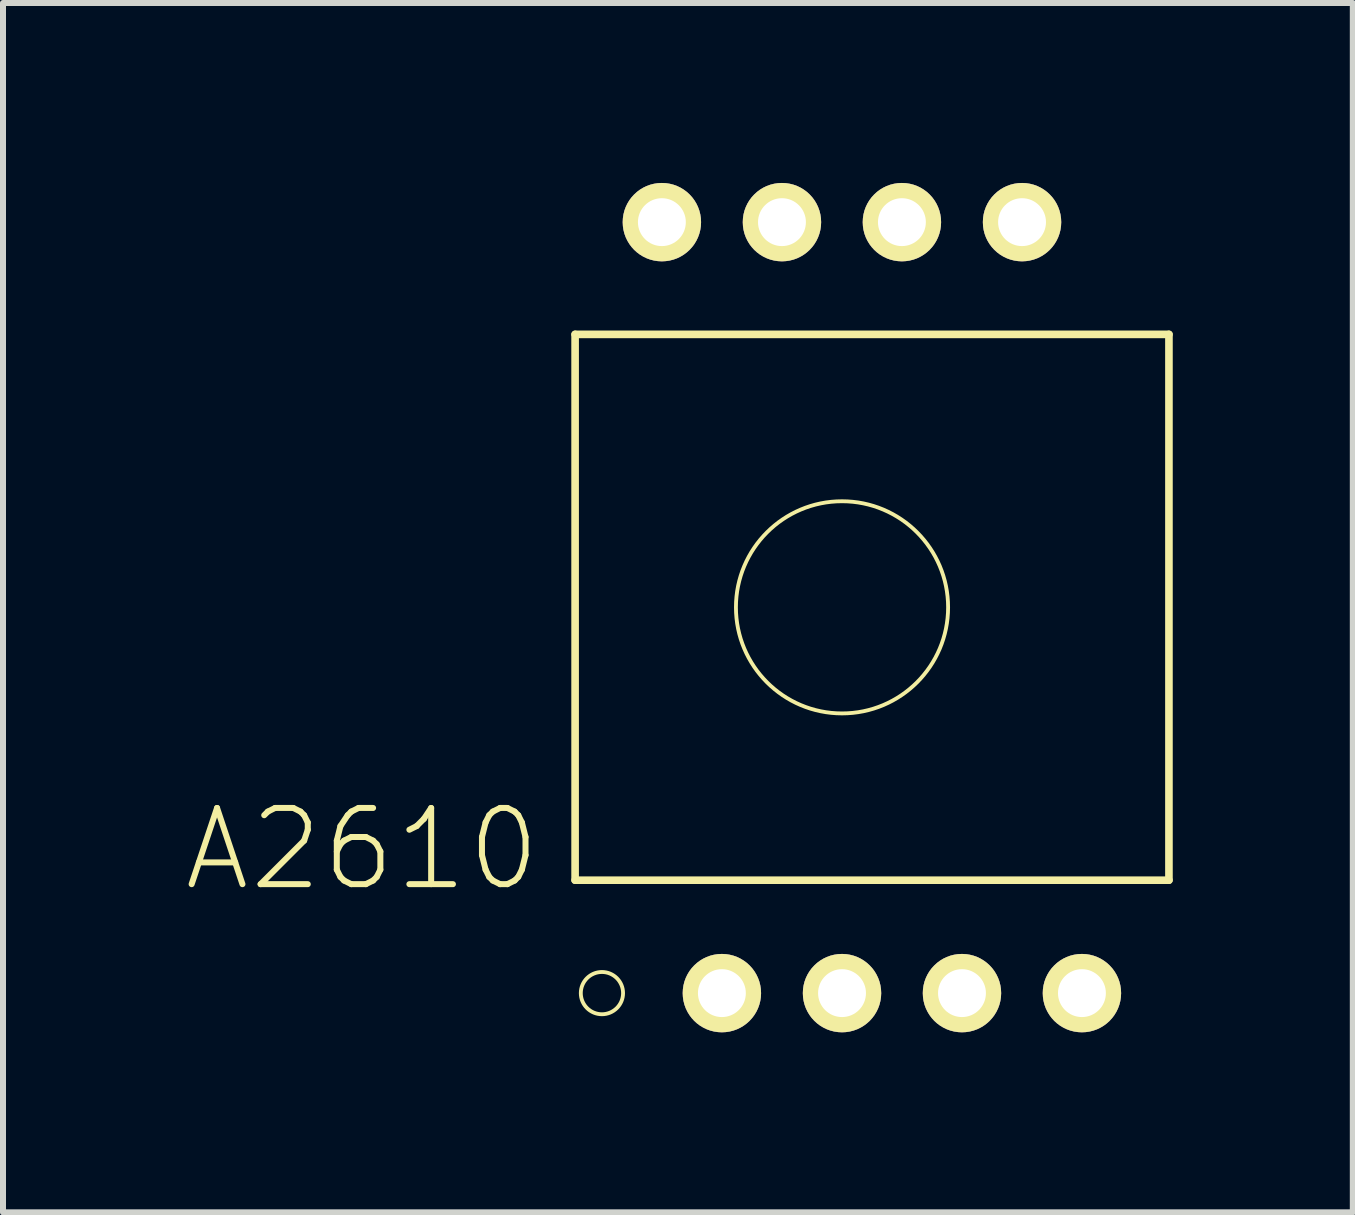
<source format=kicad_pcb>
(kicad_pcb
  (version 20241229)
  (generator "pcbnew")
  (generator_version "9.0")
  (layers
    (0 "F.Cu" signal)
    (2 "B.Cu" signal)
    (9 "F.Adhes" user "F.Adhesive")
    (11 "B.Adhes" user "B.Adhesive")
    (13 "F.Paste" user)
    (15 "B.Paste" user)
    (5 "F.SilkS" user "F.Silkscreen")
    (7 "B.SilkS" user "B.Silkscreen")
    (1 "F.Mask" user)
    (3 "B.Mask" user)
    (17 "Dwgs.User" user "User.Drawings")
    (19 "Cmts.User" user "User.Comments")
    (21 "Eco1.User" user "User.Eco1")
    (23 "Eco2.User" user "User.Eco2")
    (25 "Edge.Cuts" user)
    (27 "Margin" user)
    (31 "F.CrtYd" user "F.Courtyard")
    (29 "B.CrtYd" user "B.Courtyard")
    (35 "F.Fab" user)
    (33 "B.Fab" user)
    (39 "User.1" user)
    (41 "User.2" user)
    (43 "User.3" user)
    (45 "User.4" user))
  (footprint "A2610"
    (layer "F.Cu")
    (at 6.542 11.61)
    (property "Reference" "A2610" (at -3.556 -0.508 0) (layer "F.SilkS") (effects (font (size 1.27 1.27) (thickness 0.1))))
    (attr exclude_from_pos_files exclude_from_bom)
    (fp_line (start -0.008 -9.088) (end 9.888 -9.088) (stroke (width 0.127) (type solid)) (layer "F.SilkS"))
    (fp_line (start -0.008 0.008) (end -0.008 -9.088) (stroke (width 0.127) (type solid)) (layer "F.SilkS"))
    (fp_line (start 9.888 -9.088) (end 9.888 0.008) (stroke (width 0.127) (type solid)) (layer "F.SilkS"))
    (fp_line (start 9.888 0.008) (end -0.008 0.008) (stroke (width 0.127) (type solid)) (layer "F.SilkS"))
    (fp_circle (center 0.439 1.89) (end 0.688 2.139) (stroke (width 0.064) (type solid)) (fill no) (layer "F.SilkS"))
    (fp_circle (center 4.44 -4.539) (end 5.69 -5.789) (stroke (width 0.064) (type solid)) (fill no) (layer "F.SilkS"))
    (pad "1" thru_hole circle (at 2.438 1.89) (size 1.306 1.306) (drill 0.798) (layers "*.Cu" "F.Mask" "F.SilkS" "F.Paste"))
    (pad "2" thru_hole circle (at 4.44 1.89) (size 1.306 1.306) (drill 0.798) (layers "*.Cu" "F.Mask" "F.SilkS" "F.Paste"))
    (pad "3" thru_hole circle (at 6.439 1.89) (size 1.306 1.306) (drill 0.798) (layers "*.Cu" "F.Mask" "F.SilkS" "F.Paste"))
    (pad "4" thru_hole circle (at 8.438 1.89) (size 1.306 1.306) (drill 0.798) (layers "*.Cu" "F.Mask" "F.SilkS" "F.Paste"))
    (pad "5" thru_hole circle (at 7.44 -10.958) (size 1.306 1.306) (drill 0.798) (layers "*.Cu" "F.Mask" "F.SilkS" "F.Paste"))
    (pad "6" thru_hole circle (at 5.438 -10.958) (size 1.306 1.306) (drill 0.798) (layers "*.Cu" "F.Mask" "F.SilkS" "F.Paste"))
    (pad "7" thru_hole circle (at 3.439 -10.958) (size 1.306 1.306) (drill 0.798) (layers "*.Cu" "F.Mask" "F.SilkS" "F.Paste"))
    (pad "8" thru_hole circle (at 1.438 -10.958) (size 1.306 1.306) (drill 0.798) (layers "*.Cu" "F.Mask" "F.SilkS" "F.Paste")))
  (gr_rect
    (start -3 -3)
    (end 19.494 17.153)
    (stroke (width 0.1) (type default))
    (fill no)
    (layer "Edge.Cuts")))
</source>
